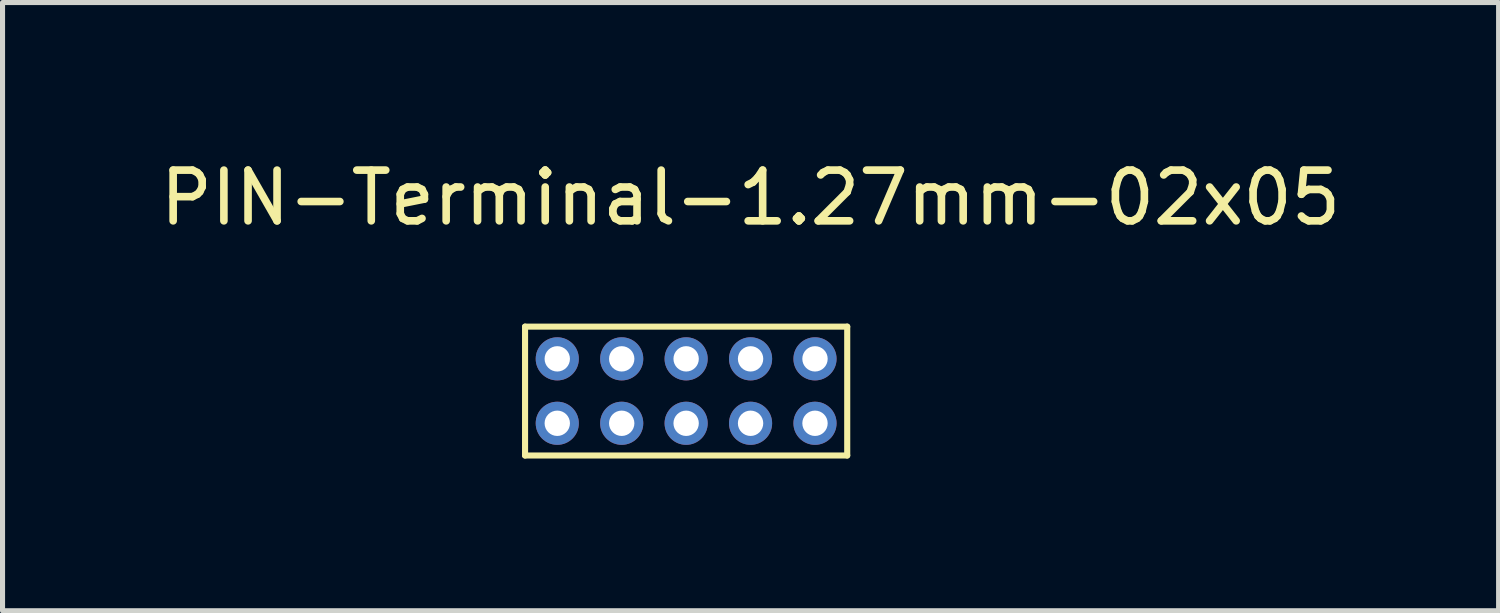
<source format=kicad_pcb>
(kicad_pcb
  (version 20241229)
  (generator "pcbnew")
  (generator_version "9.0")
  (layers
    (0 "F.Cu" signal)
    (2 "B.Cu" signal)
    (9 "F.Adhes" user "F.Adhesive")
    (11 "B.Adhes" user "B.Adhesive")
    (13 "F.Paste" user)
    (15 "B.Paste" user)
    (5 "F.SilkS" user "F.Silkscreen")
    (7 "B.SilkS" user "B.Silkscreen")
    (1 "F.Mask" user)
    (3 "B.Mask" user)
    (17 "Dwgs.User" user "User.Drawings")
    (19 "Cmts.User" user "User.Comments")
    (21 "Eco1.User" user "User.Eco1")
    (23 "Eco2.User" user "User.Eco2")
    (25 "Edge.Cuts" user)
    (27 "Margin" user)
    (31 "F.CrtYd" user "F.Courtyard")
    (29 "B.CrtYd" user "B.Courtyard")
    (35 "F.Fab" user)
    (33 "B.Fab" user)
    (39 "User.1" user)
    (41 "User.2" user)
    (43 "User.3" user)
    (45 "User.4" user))
  (footprint "PIN-Terminal-1.27mm-02x05"
    (layer "F.Cu")
    (at 10.474 4.658)
    (property "Reference" "PIN-Terminal-1.27mm-02x05" (at 1.27 -3.81 0) (layer "F.SilkS") (effects (font (size 1 1) (thickness 0.15))))
    (attr through_hole)
    (fp_line (start -3.175 -1.27) (end -3.175 1.27) (stroke (width 0.12) (type solid)) (layer "F.SilkS"))
    (fp_line (start -3.175 1.27) (end 3.175 1.27) (stroke (width 0.12) (type solid)) (layer "F.SilkS"))
    (fp_line (start 3.175 -1.27) (end -3.175 -1.27) (stroke (width 0.12) (type solid)) (layer "F.SilkS"))
    (fp_line (start 3.175 1.27) (end 3.175 -1.27) (stroke (width 0.12) (type solid)) (layer "F.SilkS"))
    (pad "1" thru_hole circle (at -2.54 -0.635) (size 0.85 0.85) (drill 0.5) (layers "*.Cu" "*.Mask"))
    (pad "2" thru_hole circle (at -2.54 0.635) (size 0.85 0.85) (drill 0.5) (layers "*.Cu" "*.Mask"))
    (pad "3" thru_hole circle (at -1.27 -0.635) (size 0.85 0.85) (drill 0.5) (layers "*.Cu" "*.Mask"))
    (pad "4" thru_hole circle (at -1.27 0.635) (size 0.85 0.85) (drill 0.5) (layers "*.Cu" "*.Mask"))
    (pad "5" thru_hole circle (at 0 -0.635) (size 0.85 0.85) (drill 0.5) (layers "*.Cu" "*.Mask"))
    (pad "6" thru_hole circle (at 0 0.635) (size 0.85 0.85) (drill 0.5) (layers "*.Cu" "*.Mask"))
    (pad "7" thru_hole circle (at 1.27 -0.635) (size 0.85 0.85) (drill 0.5) (layers "*.Cu" "*.Mask"))
    (pad "8" thru_hole circle (at 1.27 0.635) (size 0.85 0.85) (drill 0.5) (layers "*.Cu" "*.Mask"))
    (pad "9" thru_hole circle (at 2.54 -0.635) (size 0.85 0.85) (drill 0.5) (layers "*.Cu" "*.Mask"))
    (pad "10" thru_hole circle (at 2.54 0.635) (size 0.85 0.85) (drill 0.5) (layers "*.Cu" "*.Mask")))
  (gr_rect
    (start -3 -3)
    (end 26.488 8.988)
    (stroke (width 0.1) (type default))
    (fill no)
    (layer "Edge.Cuts")))
</source>
